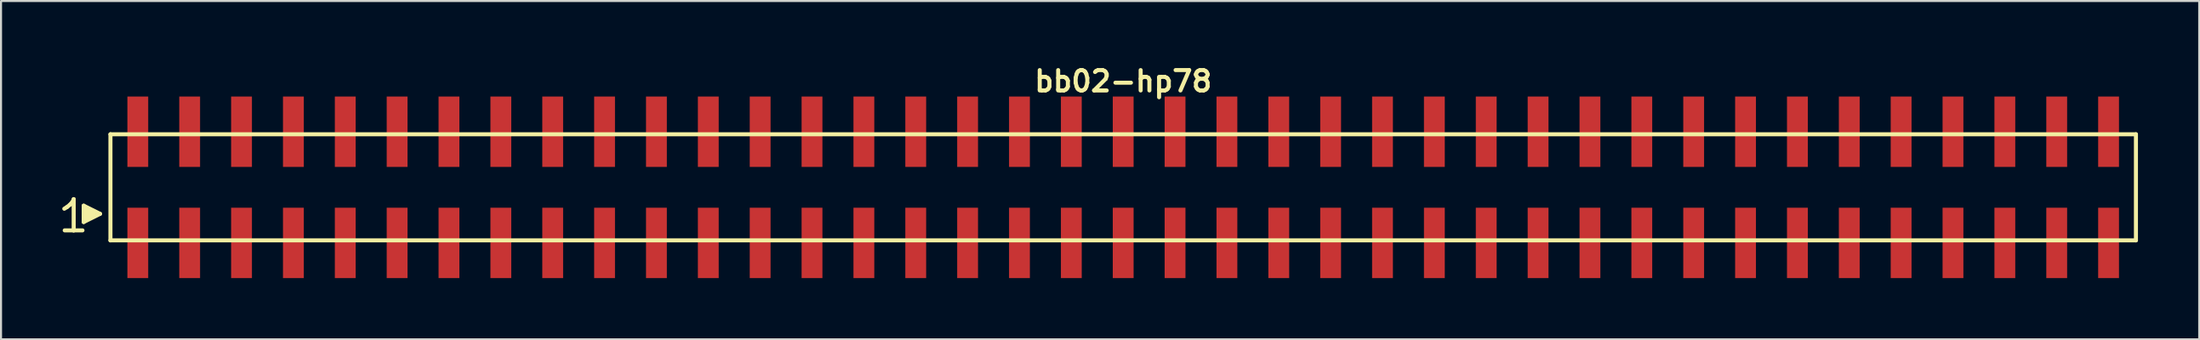
<source format=kicad_pcb>
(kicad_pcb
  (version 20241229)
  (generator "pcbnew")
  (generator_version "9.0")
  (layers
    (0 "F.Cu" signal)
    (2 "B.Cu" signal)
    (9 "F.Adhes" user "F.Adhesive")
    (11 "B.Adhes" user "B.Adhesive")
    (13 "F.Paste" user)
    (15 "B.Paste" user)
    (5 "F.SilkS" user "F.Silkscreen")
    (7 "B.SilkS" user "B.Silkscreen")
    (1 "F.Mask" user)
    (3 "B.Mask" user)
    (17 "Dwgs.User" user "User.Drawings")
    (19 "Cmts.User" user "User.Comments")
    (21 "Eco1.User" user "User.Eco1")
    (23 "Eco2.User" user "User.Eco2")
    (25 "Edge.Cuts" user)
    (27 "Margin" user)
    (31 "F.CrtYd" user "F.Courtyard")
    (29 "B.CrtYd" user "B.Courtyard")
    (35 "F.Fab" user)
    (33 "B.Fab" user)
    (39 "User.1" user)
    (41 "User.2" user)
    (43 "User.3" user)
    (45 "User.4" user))
  (footprint "bb02-hp78"
    (layer "F.Cu")
    (at 51.959 6.132)
    (property "Reference" "bb02-hp78" (at 0 -5.2 0) (layer "F.SilkS") (effects (font (size 0.998 0.998) (thickness 0.198))))
    (attr smd)
    (fp_line (start -51.86 1.05) (end -51.73 0.97) (stroke (width 0.198) (type solid)) (layer "F.SilkS"))
    (fp_line (start -51.73 0.97) (end -51.57 0.84) (stroke (width 0.198) (type solid)) (layer "F.SilkS"))
    (fp_line (start -51.57 0.84) (end -51.43 0.67) (stroke (width 0.198) (type solid)) (layer "F.SilkS"))
    (fp_line (start -51.43 0.67) (end -51.4 0.58) (stroke (width 0.198) (type solid)) (layer "F.SilkS"))
    (fp_line (start -51.4 0.58) (end -51.4 2.11) (stroke (width 0.198) (type solid)) (layer "F.SilkS"))
    (fp_line (start -51.4 2.11) (end -51.84 2.11) (stroke (width 0.198) (type solid)) (layer "F.SilkS"))
    (fp_line (start -50.97 2.11) (end -51.41 2.11) (stroke (width 0.198) (type solid)) (layer "F.SilkS"))
    (fp_line (start -50.91 0.9) (end -50.11 1.3) (stroke (width 0.198) (type solid)) (layer "F.SilkS"))
    (fp_line (start -50.91 1.7) (end -50.91 0.9) (stroke (width 0.198) (type solid)) (layer "F.SilkS"))
    (fp_line (start -50.81 1.6) (end -50.81 1) (stroke (width 0.198) (type solid)) (layer "F.SilkS"))
    (fp_line (start -50.71 1.1) (end -50.71 1.5) (stroke (width 0.198) (type solid)) (layer "F.SilkS"))
    (fp_line (start -50.61 1.5) (end -50.61 1.1) (stroke (width 0.198) (type solid)) (layer "F.SilkS"))
    (fp_line (start -50.51 1.2) (end -50.51 1.4) (stroke (width 0.198) (type solid)) (layer "F.SilkS"))
    (fp_line (start -50.41 1.4) (end -50.41 1.2) (stroke (width 0.198) (type solid)) (layer "F.SilkS"))
    (fp_line (start -50.11 1.3) (end -50.91 1.7) (stroke (width 0.198) (type solid)) (layer "F.SilkS"))
    (fp_line (start -49.6 -2.6) (end -49.6 2.6) (stroke (width 0.198) (type solid)) (layer "F.SilkS"))
    (fp_line (start -49.6 -2.6) (end 49.6 -2.6) (stroke (width 0.198) (type solid)) (layer "F.SilkS"))
    (fp_line (start 49.6 2.6) (end -49.6 2.6) (stroke (width 0.198) (type solid)) (layer "F.SilkS"))
    (fp_line (start 49.6 2.6) (end 49.6 -2.6) (stroke (width 0.198) (type solid)) (layer "F.SilkS"))
    (pad "1" smd rect (at -48.26 2.725) (size 1.02 3.45) (layers "F.Cu" "F.Mask" "F.Paste"))
    (pad "2" smd rect (at -48.26 -2.725) (size 1.02 3.45) (layers "F.Cu" "F.Mask" "F.Paste"))
    (pad "3" smd rect (at -45.72 2.725) (size 1.02 3.45) (layers "F.Cu" "F.Mask" "F.Paste"))
    (pad "4" smd rect (at -45.72 -2.725) (size 1.02 3.45) (layers "F.Cu" "F.Mask" "F.Paste"))
    (pad "5" smd rect (at -43.18 2.725) (size 1.02 3.45) (layers "F.Cu" "F.Mask" "F.Paste"))
    (pad "6" smd rect (at -43.18 -2.725) (size 1.02 3.45) (layers "F.Cu" "F.Mask" "F.Paste"))
    (pad "7" smd rect (at -40.64 2.725) (size 1.02 3.45) (layers "F.Cu" "F.Mask" "F.Paste"))
    (pad "8" smd rect (at -40.64 -2.725) (size 1.02 3.45) (layers "F.Cu" "F.Mask" "F.Paste"))
    (pad "9" smd rect (at -38.1 2.725) (size 1.02 3.45) (layers "F.Cu" "F.Mask" "F.Paste"))
    (pad "10" smd rect (at -38.1 -2.725) (size 1.02 3.45) (layers "F.Cu" "F.Mask" "F.Paste"))
    (pad "11" smd rect (at -35.56 2.725) (size 1.02 3.45) (layers "F.Cu" "F.Mask" "F.Paste"))
    (pad "12" smd rect (at -35.56 -2.725) (size 1.02 3.45) (layers "F.Cu" "F.Mask" "F.Paste"))
    (pad "13" smd rect (at -33.02 2.725) (size 1.02 3.45) (layers "F.Cu" "F.Mask" "F.Paste"))
    (pad "14" smd rect (at -33.02 -2.725) (size 1.02 3.45) (layers "F.Cu" "F.Mask" "F.Paste"))
    (pad "15" smd rect (at -30.48 2.725) (size 1.02 3.45) (layers "F.Cu" "F.Mask" "F.Paste"))
    (pad "16" smd rect (at -30.48 -2.725) (size 1.02 3.45) (layers "F.Cu" "F.Mask" "F.Paste"))
    (pad "17" smd rect (at -27.94 2.725) (size 1.02 3.45) (layers "F.Cu" "F.Mask" "F.Paste"))
    (pad "18" smd rect (at -27.94 -2.725) (size 1.02 3.45) (layers "F.Cu" "F.Mask" "F.Paste"))
    (pad "19" smd rect (at -25.4 2.725) (size 1.02 3.45) (layers "F.Cu" "F.Mask" "F.Paste"))
    (pad "20" smd rect (at -25.4 -2.725) (size 1.02 3.45) (layers "F.Cu" "F.Mask" "F.Paste"))
    (pad "21" smd rect (at -22.86 2.725) (size 1.02 3.45) (layers "F.Cu" "F.Mask" "F.Paste"))
    (pad "22" smd rect (at -22.86 -2.725) (size 1.02 3.45) (layers "F.Cu" "F.Mask" "F.Paste"))
    (pad "23" smd rect (at -20.32 2.725) (size 1.02 3.45) (layers "F.Cu" "F.Mask" "F.Paste"))
    (pad "24" smd rect (at -20.32 -2.725) (size 1.02 3.45) (layers "F.Cu" "F.Mask" "F.Paste"))
    (pad "25" smd rect (at -17.78 2.725) (size 1.02 3.45) (layers "F.Cu" "F.Mask" "F.Paste"))
    (pad "26" smd rect (at -17.78 -2.725) (size 1.02 3.45) (layers "F.Cu" "F.Mask" "F.Paste"))
    (pad "27" smd rect (at -15.24 2.725) (size 1.02 3.45) (layers "F.Cu" "F.Mask" "F.Paste"))
    (pad "28" smd rect (at -15.24 -2.725) (size 1.02 3.45) (layers "F.Cu" "F.Mask" "F.Paste"))
    (pad "29" smd rect (at -12.7 2.725) (size 1.02 3.45) (layers "F.Cu" "F.Mask" "F.Paste"))
    (pad "30" smd rect (at -12.7 -2.725) (size 1.02 3.45) (layers "F.Cu" "F.Mask" "F.Paste"))
    (pad "31" smd rect (at -10.16 2.725) (size 1.02 3.45) (layers "F.Cu" "F.Mask" "F.Paste"))
    (pad "32" smd rect (at -10.16 -2.725) (size 1.02 3.45) (layers "F.Cu" "F.Mask" "F.Paste"))
    (pad "33" smd rect (at -7.62 2.725) (size 1.02 3.45) (layers "F.Cu" "F.Mask" "F.Paste"))
    (pad "34" smd rect (at -7.62 -2.725) (size 1.02 3.45) (layers "F.Cu" "F.Mask" "F.Paste"))
    (pad "35" smd rect (at -5.08 2.725) (size 1.02 3.45) (layers "F.Cu" "F.Mask" "F.Paste"))
    (pad "36" smd rect (at -5.08 -2.725) (size 1.02 3.45) (layers "F.Cu" "F.Mask" "F.Paste"))
    (pad "37" smd rect (at -2.54 2.725) (size 1.02 3.45) (layers "F.Cu" "F.Mask" "F.Paste"))
    (pad "38" smd rect (at -2.54 -2.725) (size 1.02 3.45) (layers "F.Cu" "F.Mask" "F.Paste"))
    (pad "39" smd rect (at 0 2.725) (size 1.02 3.45) (layers "F.Cu" "F.Mask" "F.Paste"))
    (pad "40" smd rect (at 0 -2.725) (size 1.02 3.45) (layers "F.Cu" "F.Mask" "F.Paste"))
    (pad "41" smd rect (at 2.54 2.725) (size 1.02 3.45) (layers "F.Cu" "F.Mask" "F.Paste"))
    (pad "42" smd rect (at 2.54 -2.725) (size 1.02 3.45) (layers "F.Cu" "F.Mask" "F.Paste"))
    (pad "43" smd rect (at 5.08 2.725) (size 1.02 3.45) (layers "F.Cu" "F.Mask" "F.Paste"))
    (pad "44" smd rect (at 5.08 -2.725) (size 1.02 3.45) (layers "F.Cu" "F.Mask" "F.Paste"))
    (pad "45" smd rect (at 7.62 2.725) (size 1.02 3.45) (layers "F.Cu" "F.Mask" "F.Paste"))
    (pad "46" smd rect (at 7.62 -2.725) (size 1.02 3.45) (layers "F.Cu" "F.Mask" "F.Paste"))
    (pad "47" smd rect (at 10.16 2.725) (size 1.02 3.45) (layers "F.Cu" "F.Mask" "F.Paste"))
    (pad "48" smd rect (at 10.16 -2.725) (size 1.02 3.45) (layers "F.Cu" "F.Mask" "F.Paste"))
    (pad "49" smd rect (at 12.7 2.725) (size 1.02 3.45) (layers "F.Cu" "F.Mask" "F.Paste"))
    (pad "50" smd rect (at 12.7 -2.725) (size 1.02 3.45) (layers "F.Cu" "F.Mask" "F.Paste"))
    (pad "51" smd rect (at 15.24 2.725) (size 1.02 3.45) (layers "F.Cu" "F.Mask" "F.Paste"))
    (pad "52" smd rect (at 15.24 -2.725) (size 1.02 3.45) (layers "F.Cu" "F.Mask" "F.Paste"))
    (pad "53" smd rect (at 17.78 2.725) (size 1.02 3.45) (layers "F.Cu" "F.Mask" "F.Paste"))
    (pad "54" smd rect (at 17.78 -2.725) (size 1.02 3.45) (layers "F.Cu" "F.Mask" "F.Paste"))
    (pad "55" smd rect (at 20.32 2.725) (size 1.02 3.45) (layers "F.Cu" "F.Mask" "F.Paste"))
    (pad "56" smd rect (at 20.32 -2.725) (size 1.02 3.45) (layers "F.Cu" "F.Mask" "F.Paste"))
    (pad "57" smd rect (at 22.86 2.725) (size 1.02 3.45) (layers "F.Cu" "F.Mask" "F.Paste"))
    (pad "58" smd rect (at 22.86 -2.725) (size 1.02 3.45) (layers "F.Cu" "F.Mask" "F.Paste"))
    (pad "59" smd rect (at 25.4 2.725) (size 1.02 3.45) (layers "F.Cu" "F.Mask" "F.Paste"))
    (pad "60" smd rect (at 25.4 -2.725) (size 1.02 3.45) (layers "F.Cu" "F.Mask" "F.Paste"))
    (pad "61" smd rect (at 27.94 2.725) (size 1.02 3.45) (layers "F.Cu" "F.Mask" "F.Paste"))
    (pad "62" smd rect (at 27.94 -2.725) (size 1.02 3.45) (layers "F.Cu" "F.Mask" "F.Paste"))
    (pad "63" smd rect (at 30.48 2.725) (size 1.02 3.45) (layers "F.Cu" "F.Mask" "F.Paste"))
    (pad "64" smd rect (at 30.48 -2.725) (size 1.02 3.45) (layers "F.Cu" "F.Mask" "F.Paste"))
    (pad "65" smd rect (at 33.02 2.725) (size 1.02 3.45) (layers "F.Cu" "F.Mask" "F.Paste"))
    (pad "66" smd rect (at 33.02 -2.725) (size 1.02 3.45) (layers "F.Cu" "F.Mask" "F.Paste"))
    (pad "67" smd rect (at 35.56 2.725) (size 1.02 3.45) (layers "F.Cu" "F.Mask" "F.Paste"))
    (pad "68" smd rect (at 35.56 -2.725) (size 1.02 3.45) (layers "F.Cu" "F.Mask" "F.Paste"))
    (pad "69" smd rect (at 38.1 2.725) (size 1.02 3.45) (layers "F.Cu" "F.Mask" "F.Paste"))
    (pad "70" smd rect (at 38.1 -2.725) (size 1.02 3.45) (layers "F.Cu" "F.Mask" "F.Paste"))
    (pad "71" smd rect (at 40.64 2.725) (size 1.02 3.45) (layers "F.Cu" "F.Mask" "F.Paste"))
    (pad "72" smd rect (at 40.64 -2.725) (size 1.02 3.45) (layers "F.Cu" "F.Mask" "F.Paste"))
    (pad "73" smd rect (at 43.18 2.725) (size 1.02 3.45) (layers "F.Cu" "F.Mask" "F.Paste"))
    (pad "74" smd rect (at 43.18 -2.725) (size 1.02 3.45) (layers "F.Cu" "F.Mask" "F.Paste"))
    (pad "75" smd rect (at 45.72 2.725) (size 1.02 3.45) (layers "F.Cu" "F.Mask" "F.Paste"))
    (pad "76" smd rect (at 45.72 -2.725) (size 1.02 3.45) (layers "F.Cu" "F.Mask" "F.Paste"))
    (pad "77" smd rect (at 48.26 2.725) (size 1.02 3.45) (layers "F.Cu" "F.Mask" "F.Paste"))
    (pad "78" smd rect (at 48.26 -2.725) (size 1.02 3.45) (layers "F.Cu" "F.Mask" "F.Paste")))
  (gr_rect
    (start -3 -3)
    (end 104.658 13.582)
    (stroke (width 0.1) (type default))
    (fill no)
    (layer "Edge.Cuts")))
</source>
